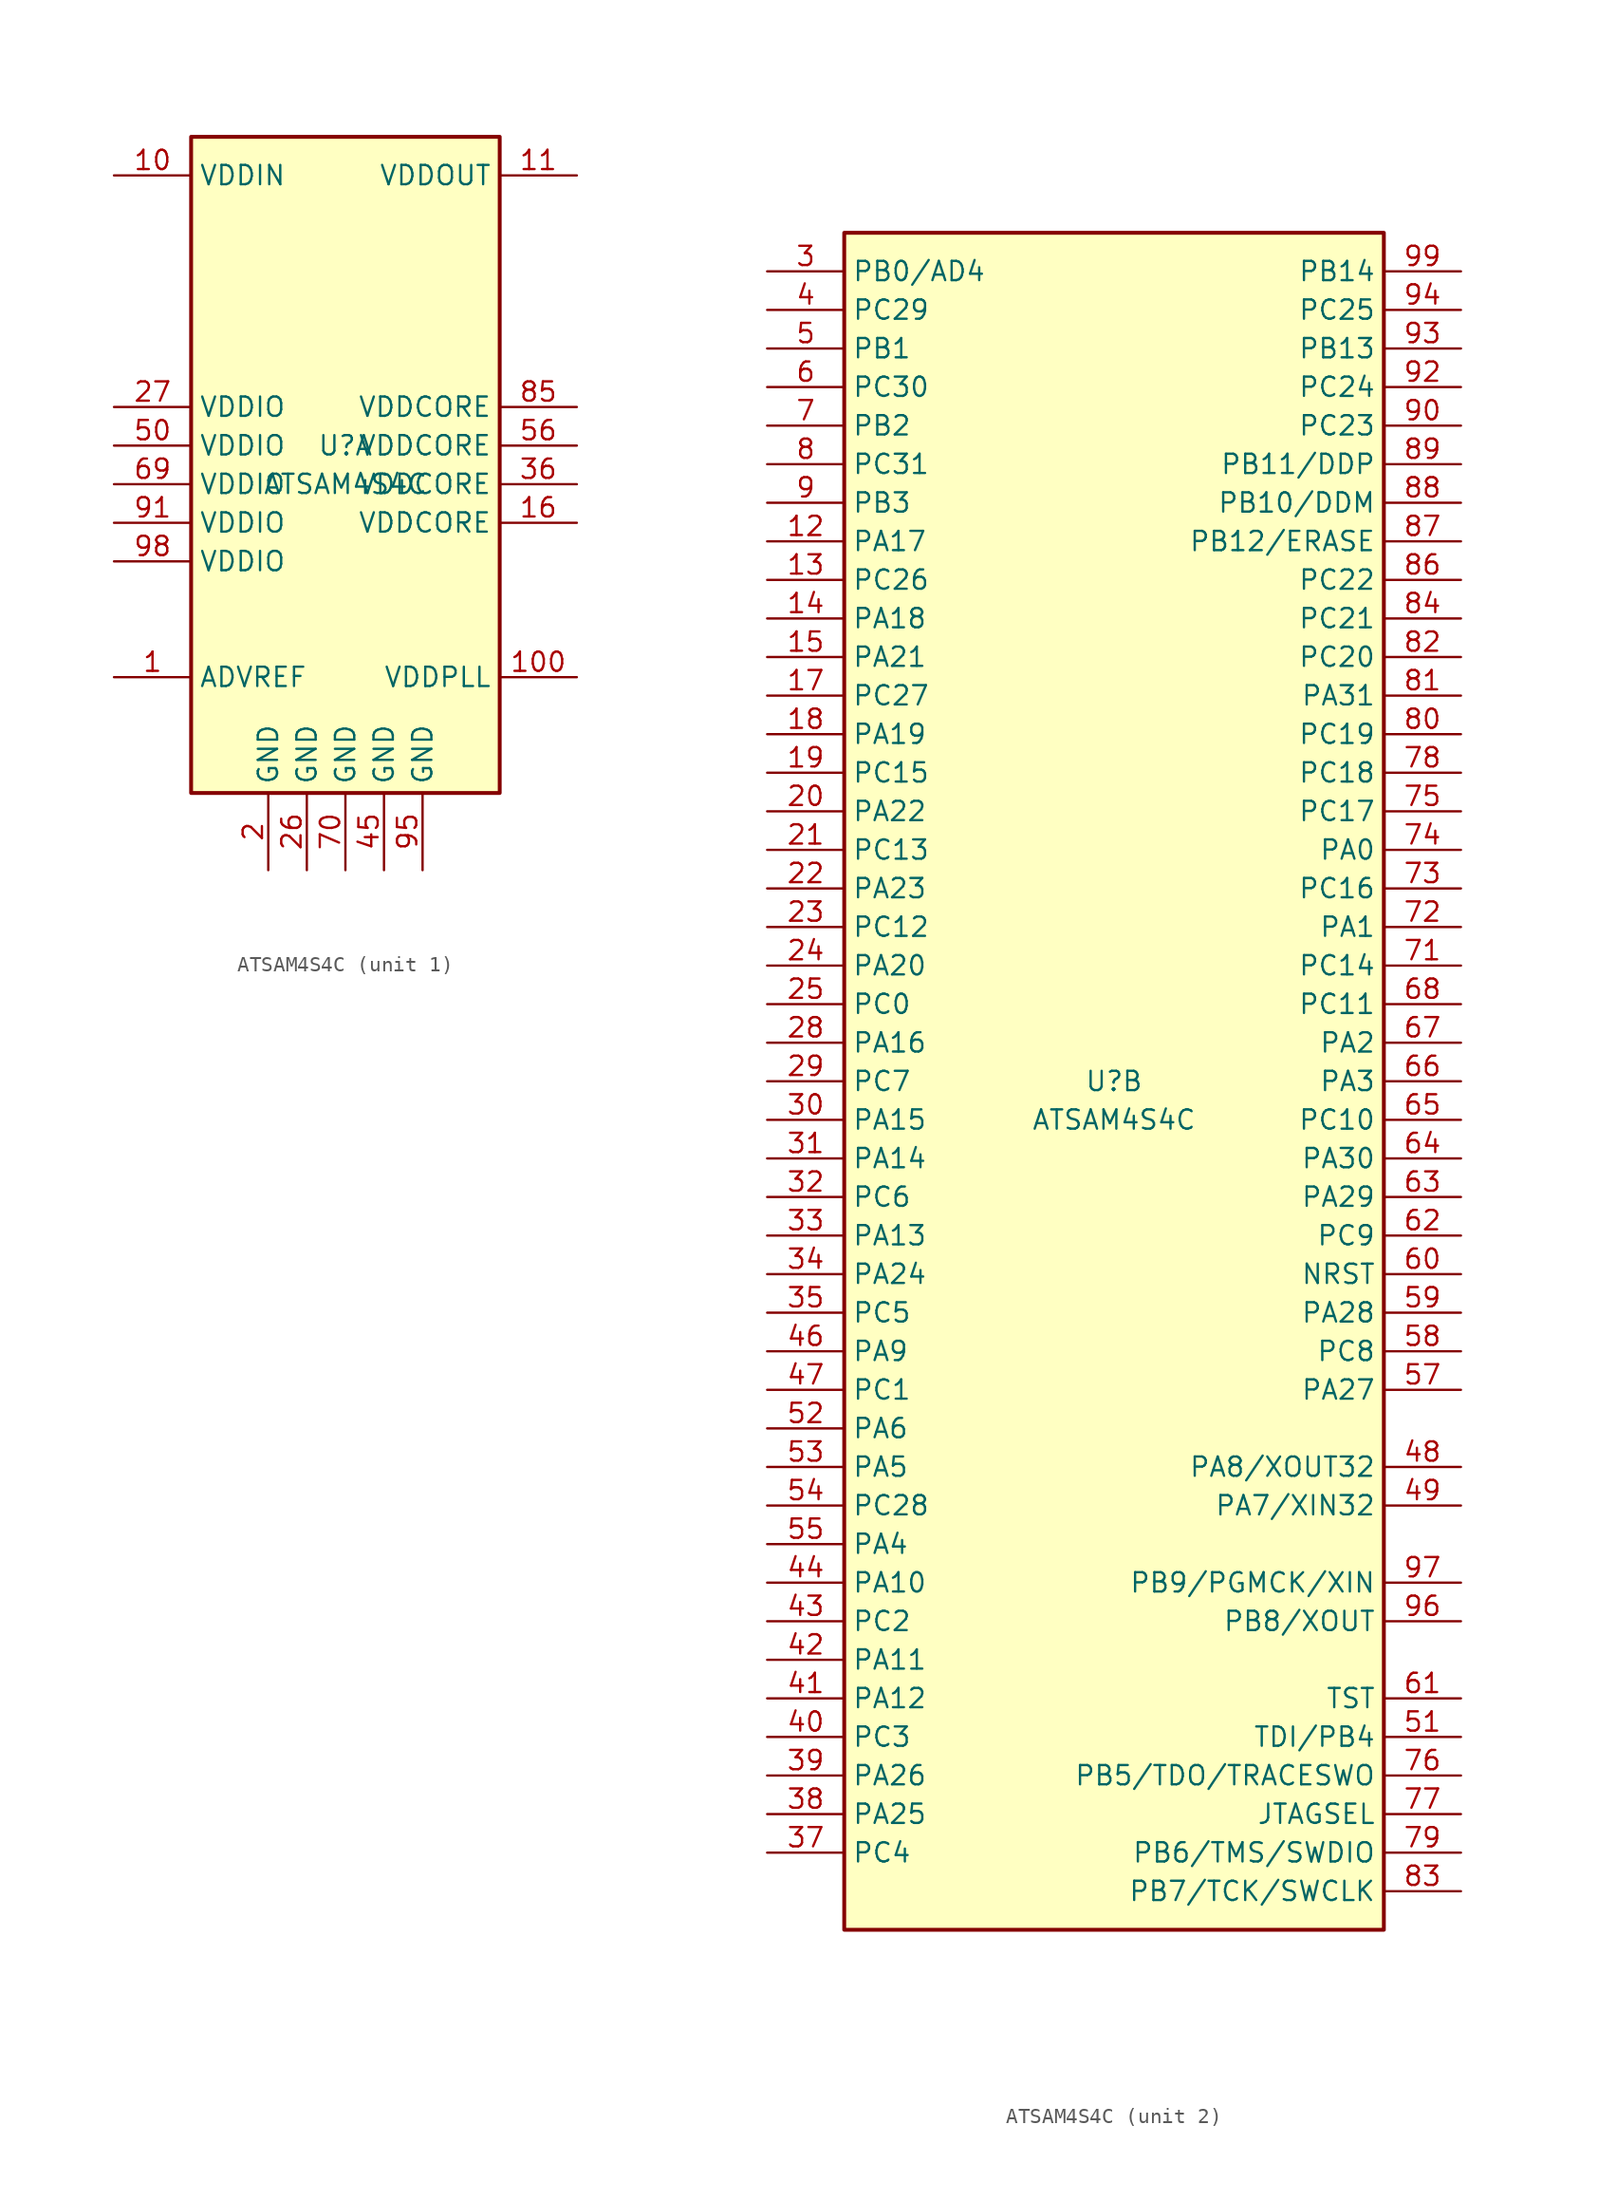
<source format=kicad_sym>
(kicad_symbol_lib
  (version 20211014)
  (generator kicad_symbol_editor)
  (symbol "ATSAM4S4C"
    (property "Reference" "U"
      (at 0 0 0)
      (effects (font (size 1.27 1.27))))
    (property "Value" "ATSAM4S4C"
      (at 0 -2.54 0)
      (effects (font (size 1.27 1.27))))
    (property "ki_locked" ""
      (at 0 0 0)
      (effects (font (size 1.27 1.27))))
    (symbol "ATSAM4S4C_1_1"
      (rectangle (start -10.16 20.32) (end 10.16 -22.86) (stroke (width 0.254) (type default) (color 0 0 0 0)) (fill (type background)))
      (pin input line (at -15.24 -15.24 0) (length 5.08) (name "ADVREF" (effects (font (size 1.27 1.27)))) (number "1" (effects (font (size 1.27 1.27)))))
      (pin power_in line (at -15.24 17.78 0) (length 5.08) (name "VDDIN" (effects (font (size 1.27 1.27)))) (number "10" (effects (font (size 1.27 1.27)))))
      (pin power_in line (at 15.24 -15.24 180) (length 5.08) (name "VDDPLL" (effects (font (size 1.27 1.27)))) (number "100" (effects (font (size 1.27 1.27)))))
      (pin power_out line (at 15.24 17.78 180) (length 5.08) (name "VDDOUT" (effects (font (size 1.27 1.27)))) (number "11" (effects (font (size 1.27 1.27)))))
      (pin power_in line (at 15.24 -5.08 180) (length 5.08) (name "VDDCORE" (effects (font (size 1.27 1.27)))) (number "16" (effects (font (size 1.27 1.27)))))
      (pin power_in line (at -5.08 -27.94 90) (length 5.08) (name "GND" (effects (font (size 1.27 1.27)))) (number "2" (effects (font (size 1.27 1.27)))))
      (pin power_in line (at -2.54 -27.94 90) (length 5.08) (name "GND" (effects (font (size 1.27 1.27)))) (number "26" (effects (font (size 1.27 1.27)))))
      (pin power_in line (at -15.24 2.54 0) (length 5.08) (name "VDDIO" (effects (font (size 1.27 1.27)))) (number "27" (effects (font (size 1.27 1.27)))))
      (pin power_in line (at 15.24 -2.54 180) (length 5.08) (name "VDDCORE" (effects (font (size 1.27 1.27)))) (number "36" (effects (font (size 1.27 1.27)))))
      (pin power_in line (at 2.54 -27.94 90) (length 5.08) (name "GND" (effects (font (size 1.27 1.27)))) (number "45" (effects (font (size 1.27 1.27)))))
      (pin power_in line (at -15.24 0 0) (length 5.08) (name "VDDIO" (effects (font (size 1.27 1.27)))) (number "50" (effects (font (size 1.27 1.27)))))
      (pin power_in line (at 15.24 0 180) (length 5.08) (name "VDDCORE" (effects (font (size 1.27 1.27)))) (number "56" (effects (font (size 1.27 1.27)))))
      (pin power_in line (at -15.24 -2.54 0) (length 5.08) (name "VDDIO" (effects (font (size 1.27 1.27)))) (number "69" (effects (font (size 1.27 1.27)))))
      (pin power_in line (at 0 -27.94 90) (length 5.08) (name "GND" (effects (font (size 1.27 1.27)))) (number "70" (effects (font (size 1.27 1.27)))))
      (pin power_in line (at 15.24 2.54 180) (length 5.08) (name "VDDCORE" (effects (font (size 1.27 1.27)))) (number "85" (effects (font (size 1.27 1.27)))))
      (pin power_in line (at -15.24 -5.08 0) (length 5.08) (name "VDDIO" (effects (font (size 1.27 1.27)))) (number "91" (effects (font (size 1.27 1.27)))))
      (pin power_in line (at 5.08 -27.94 90) (length 5.08) (name "GND" (effects (font (size 1.27 1.27)))) (number "95" (effects (font (size 1.27 1.27)))))
      (pin power_in line (at -15.24 -7.62 0) (length 5.08) (name "VDDIO" (effects (font (size 1.27 1.27)))) (number "98" (effects (font (size 1.27 1.27))))))
    (symbol "ATSAM4S4C_2_1"
      (rectangle (start -17.78 55.88) (end 17.78 -55.88) (stroke (width 0.254) (type default) (color 0 0 0 0)) (fill (type background)))
      (pin passive line (at -22.86 35.56 0) (length 5.08) (name "PA17" (effects (font (size 1.27 1.27)))) (number "12" (effects (font (size 1.27 1.27)))))
      (pin passive line (at -22.86 33.02 0) (length 5.08) (name "PC26" (effects (font (size 1.27 1.27)))) (number "13" (effects (font (size 1.27 1.27)))))
      (pin passive line (at -22.86 30.48 0) (length 5.08) (name "PA18" (effects (font (size 1.27 1.27)))) (number "14" (effects (font (size 1.27 1.27)))))
      (pin passive line (at -22.86 27.94 0) (length 5.08) (name "PA21" (effects (font (size 1.27 1.27)))) (number "15" (effects (font (size 1.27 1.27)))))
      (pin passive line (at -22.86 25.4 0) (length 5.08) (name "PC27" (effects (font (size 1.27 1.27)))) (number "17" (effects (font (size 1.27 1.27)))))
      (pin passive line (at -22.86 22.86 0) (length 5.08) (name "PA19" (effects (font (size 1.27 1.27)))) (number "18" (effects (font (size 1.27 1.27)))))
      (pin passive line (at -22.86 20.32 0) (length 5.08) (name "PC15" (effects (font (size 1.27 1.27)))) (number "19" (effects (font (size 1.27 1.27)))))
      (pin passive line (at -22.86 17.78 0) (length 5.08) (name "PA22" (effects (font (size 1.27 1.27)))) (number "20" (effects (font (size 1.27 1.27)))))
      (pin passive line (at -22.86 15.24 0) (length 5.08) (name "PC13" (effects (font (size 1.27 1.27)))) (number "21" (effects (font (size 1.27 1.27)))))
      (pin passive line (at -22.86 12.7 0) (length 5.08) (name "PA23" (effects (font (size 1.27 1.27)))) (number "22" (effects (font (size 1.27 1.27)))))
      (pin passive line (at -22.86 10.16 0) (length 5.08) (name "PC12" (effects (font (size 1.27 1.27)))) (number "23" (effects (font (size 1.27 1.27)))))
      (pin passive line (at -22.86 7.62 0) (length 5.08) (name "PA20" (effects (font (size 1.27 1.27)))) (number "24" (effects (font (size 1.27 1.27)))))
      (pin passive line (at -22.86 5.08 0) (length 5.08) (name "PC0" (effects (font (size 1.27 1.27)))) (number "25" (effects (font (size 1.27 1.27)))))
      (pin passive line (at -22.86 2.54 0) (length 5.08) (name "PA16" (effects (font (size 1.27 1.27)))) (number "28" (effects (font (size 1.27 1.27)))))
      (pin passive line (at -22.86 0 0) (length 5.08) (name "PC7" (effects (font (size 1.27 1.27)))) (number "29" (effects (font (size 1.27 1.27)))))
      (pin passive line (at -22.86 53.34 0) (length 5.08) (name "PB0/AD4" (effects (font (size 1.27 1.27)))) (number "3" (effects (font (size 1.27 1.27)))))
      (pin passive line (at -22.86 -2.54 0) (length 5.08) (name "PA15" (effects (font (size 1.27 1.27)))) (number "30" (effects (font (size 1.27 1.27)))))
      (pin passive line (at -22.86 -5.08 0) (length 5.08) (name "PA14" (effects (font (size 1.27 1.27)))) (number "31" (effects (font (size 1.27 1.27)))))
      (pin passive line (at -22.86 -7.62 0) (length 5.08) (name "PC6" (effects (font (size 1.27 1.27)))) (number "32" (effects (font (size 1.27 1.27)))))
      (pin passive line (at -22.86 -10.16 0) (length 5.08) (name "PA13" (effects (font (size 1.27 1.27)))) (number "33" (effects (font (size 1.27 1.27)))))
      (pin passive line (at -22.86 -12.7 0) (length 5.08) (name "PA24" (effects (font (size 1.27 1.27)))) (number "34" (effects (font (size 1.27 1.27)))))
      (pin passive line (at -22.86 -15.24 0) (length 5.08) (name "PC5" (effects (font (size 1.27 1.27)))) (number "35" (effects (font (size 1.27 1.27)))))
      (pin passive line (at -22.86 -50.8 0) (length 5.08) (name "PC4" (effects (font (size 1.27 1.27)))) (number "37" (effects (font (size 1.27 1.27)))))
      (pin passive line (at -22.86 -48.26 0) (length 5.08) (name "PA25" (effects (font (size 1.27 1.27)))) (number "38" (effects (font (size 1.27 1.27)))))
      (pin passive line (at -22.86 -45.72 0) (length 5.08) (name "PA26" (effects (font (size 1.27 1.27)))) (number "39" (effects (font (size 1.27 1.27)))))
      (pin passive line (at -22.86 50.8 0) (length 5.08) (name "PC29" (effects (font (size 1.27 1.27)))) (number "4" (effects (font (size 1.27 1.27)))))
      (pin passive line (at -22.86 -43.18 0) (length 5.08) (name "PC3" (effects (font (size 1.27 1.27)))) (number "40" (effects (font (size 1.27 1.27)))))
      (pin passive line (at -22.86 -40.64 0) (length 5.08) (name "PA12" (effects (font (size 1.27 1.27)))) (number "41" (effects (font (size 1.27 1.27)))))
      (pin passive line (at -22.86 -38.1 0) (length 5.08) (name "PA11" (effects (font (size 1.27 1.27)))) (number "42" (effects (font (size 1.27 1.27)))))
      (pin passive line (at -22.86 -35.56 0) (length 5.08) (name "PC2" (effects (font (size 1.27 1.27)))) (number "43" (effects (font (size 1.27 1.27)))))
      (pin passive line (at -22.86 -33.02 0) (length 5.08) (name "PA10" (effects (font (size 1.27 1.27)))) (number "44" (effects (font (size 1.27 1.27)))))
      (pin passive line (at -22.86 -17.78 0) (length 5.08) (name "PA9" (effects (font (size 1.27 1.27)))) (number "46" (effects (font (size 1.27 1.27)))))
      (pin passive line (at -22.86 -20.32 0) (length 5.08) (name "PC1" (effects (font (size 1.27 1.27)))) (number "47" (effects (font (size 1.27 1.27)))))
      (pin passive line (at 22.86 -25.4 180) (length 5.08) (name "PA8/XOUT32" (effects (font (size 1.27 1.27)))) (number "48" (effects (font (size 1.27 1.27)))))
      (pin passive line (at 22.86 -27.94 180) (length 5.08) (name "PA7/XIN32" (effects (font (size 1.27 1.27)))) (number "49" (effects (font (size 1.27 1.27)))))
      (pin passive line (at -22.86 48.26 0) (length 5.08) (name "PB1" (effects (font (size 1.27 1.27)))) (number "5" (effects (font (size 1.27 1.27)))))
      (pin passive line (at 22.86 -43.18 180) (length 5.08) (name "TDI/PB4" (effects (font (size 1.27 1.27)))) (number "51" (effects (font (size 1.27 1.27)))))
      (pin passive line (at -22.86 -22.86 0) (length 5.08) (name "PA6" (effects (font (size 1.27 1.27)))) (number "52" (effects (font (size 1.27 1.27)))))
      (pin passive line (at -22.86 -25.4 0) (length 5.08) (name "PA5" (effects (font (size 1.27 1.27)))) (number "53" (effects (font (size 1.27 1.27)))))
      (pin passive line (at -22.86 -27.94 0) (length 5.08) (name "PC28" (effects (font (size 1.27 1.27)))) (number "54" (effects (font (size 1.27 1.27)))))
      (pin passive line (at -22.86 -30.48 0) (length 5.08) (name "PA4" (effects (font (size 1.27 1.27)))) (number "55" (effects (font (size 1.27 1.27)))))
      (pin passive line (at 22.86 -20.32 180) (length 5.08) (name "PA27" (effects (font (size 1.27 1.27)))) (number "57" (effects (font (size 1.27 1.27)))))
      (pin passive line (at 22.86 -17.78 180) (length 5.08) (name "PC8" (effects (font (size 1.27 1.27)))) (number "58" (effects (font (size 1.27 1.27)))))
      (pin passive line (at 22.86 -15.24 180) (length 5.08) (name "PA28" (effects (font (size 1.27 1.27)))) (number "59" (effects (font (size 1.27 1.27)))))
      (pin passive line (at -22.86 45.72 0) (length 5.08) (name "PC30" (effects (font (size 1.27 1.27)))) (number "6" (effects (font (size 1.27 1.27)))))
      (pin passive line (at 22.86 -12.7 180) (length 5.08) (name "NRST" (effects (font (size 1.27 1.27)))) (number "60" (effects (font (size 1.27 1.27)))))
      (pin passive line (at 22.86 -40.64 180) (length 5.08) (name "TST" (effects (font (size 1.27 1.27)))) (number "61" (effects (font (size 1.27 1.27)))))
      (pin passive line (at 22.86 -10.16 180) (length 5.08) (name "PC9" (effects (font (size 1.27 1.27)))) (number "62" (effects (font (size 1.27 1.27)))))
      (pin passive line (at 22.86 -7.62 180) (length 5.08) (name "PA29" (effects (font (size 1.27 1.27)))) (number "63" (effects (font (size 1.27 1.27)))))
      (pin passive line (at 22.86 -5.08 180) (length 5.08) (name "PA30" (effects (font (size 1.27 1.27)))) (number "64" (effects (font (size 1.27 1.27)))))
      (pin passive line (at 22.86 -2.54 180) (length 5.08) (name "PC10" (effects (font (size 1.27 1.27)))) (number "65" (effects (font (size 1.27 1.27)))))
      (pin passive line (at 22.86 0 180) (length 5.08) (name "PA3" (effects (font (size 1.27 1.27)))) (number "66" (effects (font (size 1.27 1.27)))))
      (pin passive line (at 22.86 2.54 180) (length 5.08) (name "PA2" (effects (font (size 1.27 1.27)))) (number "67" (effects (font (size 1.27 1.27)))))
      (pin passive line (at 22.86 5.08 180) (length 5.08) (name "PC11" (effects (font (size 1.27 1.27)))) (number "68" (effects (font (size 1.27 1.27)))))
      (pin passive line (at -22.86 43.18 0) (length 5.08) (name "PB2" (effects (font (size 1.27 1.27)))) (number "7" (effects (font (size 1.27 1.27)))))
      (pin passive line (at 22.86 7.62 180) (length 5.08) (name "PC14" (effects (font (size 1.27 1.27)))) (number "71" (effects (font (size 1.27 1.27)))))
      (pin passive line (at 22.86 10.16 180) (length 5.08) (name "PA1" (effects (font (size 1.27 1.27)))) (number "72" (effects (font (size 1.27 1.27)))))
      (pin passive line (at 22.86 12.7 180) (length 5.08) (name "PC16" (effects (font (size 1.27 1.27)))) (number "73" (effects (font (size 1.27 1.27)))))
      (pin passive line (at 22.86 15.24 180) (length 5.08) (name "PA0" (effects (font (size 1.27 1.27)))) (number "74" (effects (font (size 1.27 1.27)))))
      (pin passive line (at 22.86 17.78 180) (length 5.08) (name "PC17" (effects (font (size 1.27 1.27)))) (number "75" (effects (font (size 1.27 1.27)))))
      (pin passive line (at 22.86 -45.72 180) (length 5.08) (name "PB5/TDO/TRACESWO" (effects (font (size 1.27 1.27)))) (number "76" (effects (font (size 1.27 1.27)))))
      (pin passive line (at 22.86 -48.26 180) (length 5.08) (name "JTAGSEL" (effects (font (size 1.27 1.27)))) (number "77" (effects (font (size 1.27 1.27)))))
      (pin passive line (at 22.86 20.32 180) (length 5.08) (name "PC18" (effects (font (size 1.27 1.27)))) (number "78" (effects (font (size 1.27 1.27)))))
      (pin passive line (at 22.86 -50.8 180) (length 5.08) (name "PB6/TMS/SWDIO" (effects (font (size 1.27 1.27)))) (number "79" (effects (font (size 1.27 1.27)))))
      (pin passive line (at -22.86 40.64 0) (length 5.08) (name "PC31" (effects (font (size 1.27 1.27)))) (number "8" (effects (font (size 1.27 1.27)))))
      (pin passive line (at 22.86 22.86 180) (length 5.08) (name "PC19" (effects (font (size 1.27 1.27)))) (number "80" (effects (font (size 1.27 1.27)))))
      (pin passive line (at 22.86 25.4 180) (length 5.08) (name "PA31" (effects (font (size 1.27 1.27)))) (number "81" (effects (font (size 1.27 1.27)))))
      (pin passive line (at 22.86 27.94 180) (length 5.08) (name "PC20" (effects (font (size 1.27 1.27)))) (number "82" (effects (font (size 1.27 1.27)))))
      (pin passive line (at 22.86 -53.34 180) (length 5.08) (name "PB7/TCK/SWCLK" (effects (font (size 1.27 1.27)))) (number "83" (effects (font (size 1.27 1.27)))))
      (pin passive line (at 22.86 30.48 180) (length 5.08) (name "PC21" (effects (font (size 1.27 1.27)))) (number "84" (effects (font (size 1.27 1.27)))))
      (pin passive line (at 22.86 33.02 180) (length 5.08) (name "PC22" (effects (font (size 1.27 1.27)))) (number "86" (effects (font (size 1.27 1.27)))))
      (pin passive line (at 22.86 35.56 180) (length 5.08) (name "PB12/ERASE" (effects (font (size 1.27 1.27)))) (number "87" (effects (font (size 1.27 1.27)))))
      (pin passive line (at 22.86 38.1 180) (length 5.08) (name "PB10/DDM" (effects (font (size 1.27 1.27)))) (number "88" (effects (font (size 1.27 1.27)))))
      (pin passive line (at 22.86 40.64 180) (length 5.08) (name "PB11/DDP" (effects (font (size 1.27 1.27)))) (number "89" (effects (font (size 1.27 1.27)))))
      (pin passive line (at -22.86 38.1 0) (length 5.08) (name "PB3" (effects (font (size 1.27 1.27)))) (number "9" (effects (font (size 1.27 1.27)))))
      (pin passive line (at 22.86 43.18 180) (length 5.08) (name "PC23" (effects (font (size 1.27 1.27)))) (number "90" (effects (font (size 1.27 1.27)))))
      (pin passive line (at 22.86 45.72 180) (length 5.08) (name "PC24" (effects (font (size 1.27 1.27)))) (number "92" (effects (font (size 1.27 1.27)))))
      (pin passive line (at 22.86 48.26 180) (length 5.08) (name "PB13" (effects (font (size 1.27 1.27)))) (number "93" (effects (font (size 1.27 1.27)))))
      (pin passive line (at 22.86 50.8 180) (length 5.08) (name "PC25" (effects (font (size 1.27 1.27)))) (number "94" (effects (font (size 1.27 1.27)))))
      (pin passive line (at 22.86 -35.56 180) (length 5.08) (name "PB8/XOUT" (effects (font (size 1.27 1.27)))) (number "96" (effects (font (size 1.27 1.27)))))
      (pin passive line (at 22.86 -33.02 180) (length 5.08) (name "PB9/PGMCK/XIN" (effects (font (size 1.27 1.27)))) (number "97" (effects (font (size 1.27 1.27)))))
      (pin passive line (at 22.86 53.34 180) (length 5.08) (name "PB14" (effects (font (size 1.27 1.27)))) (number "99" (effects (font (size 1.27 1.27))))))))
</source>
